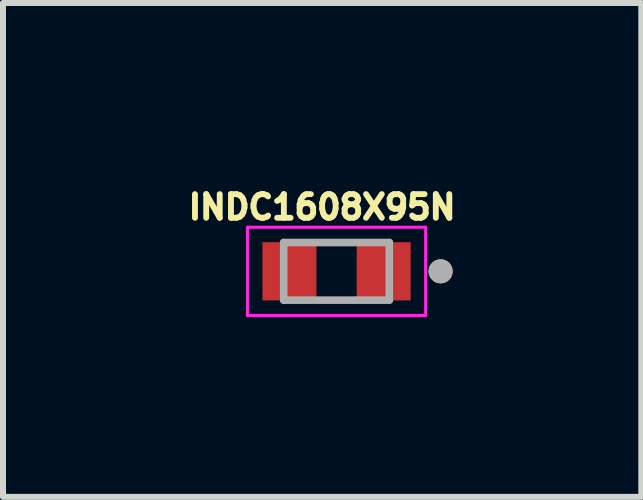
<source format=kicad_pcb>
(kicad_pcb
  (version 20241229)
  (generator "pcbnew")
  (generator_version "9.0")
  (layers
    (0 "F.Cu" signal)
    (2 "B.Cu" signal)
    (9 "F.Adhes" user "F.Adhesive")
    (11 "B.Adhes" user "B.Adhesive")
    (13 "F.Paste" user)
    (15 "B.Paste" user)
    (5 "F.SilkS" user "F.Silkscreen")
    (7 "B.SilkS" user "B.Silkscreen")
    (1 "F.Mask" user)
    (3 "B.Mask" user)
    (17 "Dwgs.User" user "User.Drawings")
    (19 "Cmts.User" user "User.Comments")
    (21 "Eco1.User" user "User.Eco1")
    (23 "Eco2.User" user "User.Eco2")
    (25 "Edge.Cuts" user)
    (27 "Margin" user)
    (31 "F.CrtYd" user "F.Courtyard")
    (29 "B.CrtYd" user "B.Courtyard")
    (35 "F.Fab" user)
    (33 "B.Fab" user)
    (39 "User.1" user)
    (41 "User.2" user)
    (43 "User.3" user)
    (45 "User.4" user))
  (footprint "INDC1608X95N"
    (layer "F.Cu")
    (at 2.56 1.473)
    (property "Reference" "INDC1608X95N" (at -0.24 -1.07 0) (layer "F.SilkS") (effects (font (size 0.394 0.394) (thickness 0.098))))
    (attr smd)
    (fp_circle (center 1.735 0) (end 1.835 0) (stroke (width 0.2) (type solid)) (fill no) (layer "F.SilkS"))
    (fp_line (start -1.485 -0.735) (end 1.485 -0.735) (stroke (width 0.05) (type solid)) (layer "F.CrtYd"))
    (fp_line (start -1.485 0.735) (end -1.485 -0.735) (stroke (width 0.05) (type solid)) (layer "F.CrtYd"))
    (fp_line (start -1.485 0.735) (end 1.485 0.735) (stroke (width 0.05) (type solid)) (layer "F.CrtYd"))
    (fp_line (start 1.485 0.735) (end 1.485 -0.735) (stroke (width 0.05) (type solid)) (layer "F.CrtYd"))
    (fp_line (start -0.88 0.48) (end -0.88 -0.48) (stroke (width 0.127) (type solid)) (layer "F.Fab"))
    (fp_line (start 0.88 -0.48) (end -0.88 -0.48) (stroke (width 0.127) (type solid)) (layer "F.Fab"))
    (fp_line (start 0.88 0.48) (end -0.88 0.48) (stroke (width 0.127) (type solid)) (layer "F.Fab"))
    (fp_line (start 0.88 0.48) (end 0.88 -0.48) (stroke (width 0.127) (type solid)) (layer "F.Fab"))
    (fp_circle (center 1.735 0) (end 1.835 0) (stroke (width 0.2) (type solid)) (fill no) (layer "F.Fab"))
    (pad "1" smd rect (at -0.785 0) (size 0.9 0.97) (layers "F.Cu" "F.Mask" "F.Paste"))
    (pad "2" smd rect (at 0.785 0) (size 0.9 0.97) (layers "F.Cu" "F.Mask" "F.Paste")))
  (gr_rect
    (start -3 -3)
    (end 7.641 5.233)
    (stroke (width 0.1) (type default))
    (fill no)
    (layer "Edge.Cuts")))
</source>
